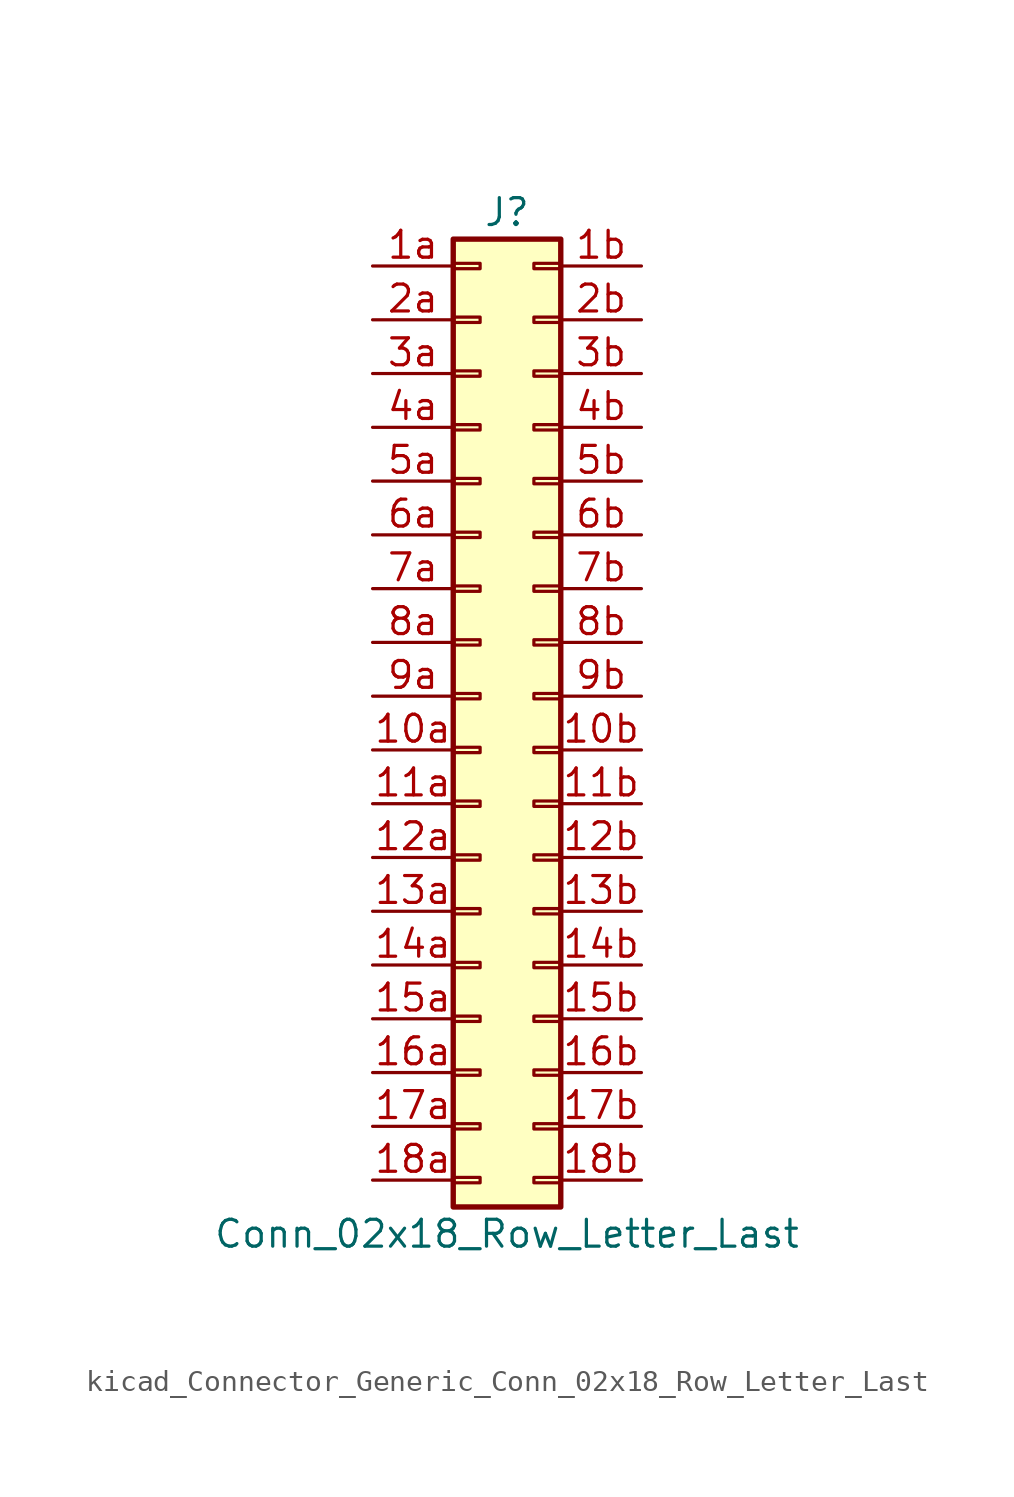
<source format=kicad_sym>
(kicad_symbol_lib
  (version 20220914)
  (generator kicad_symbol_editor)
  (symbol "kicad_Connector_Generic_Conn_02x18_Row_Letter_Last"
    (pin_names
      (offset 1.016) hide)
    (property "Reference" "J"
      (at 1.27 22.86 0)
      (effects (font (size 1.27 1.27))))
    (property "Value" "Conn_02x18_Row_Letter_Last"
      (at 1.27 -25.4 0)
      (effects (font (size 1.27 1.27))))
    (symbol "kicad_Connector_Generic_Conn_02x18_Row_Letter_Last_1_1"
      (rectangle (start -1.27 -22.733) (end 0 -22.987) (stroke (width 0.152) (type default)) (fill (type none)))
      (rectangle (start -1.27 -20.193) (end 0 -20.447) (stroke (width 0.152) (type default)) (fill (type none)))
      (rectangle (start -1.27 -17.653) (end 0 -17.907) (stroke (width 0.152) (type default)) (fill (type none)))
      (rectangle (start -1.27 -15.113) (end 0 -15.367) (stroke (width 0.152) (type default)) (fill (type none)))
      (rectangle (start -1.27 -12.573) (end 0 -12.827) (stroke (width 0.152) (type default)) (fill (type none)))
      (rectangle (start -1.27 -10.033) (end 0 -10.287) (stroke (width 0.152) (type default)) (fill (type none)))
      (rectangle (start -1.27 -7.493) (end 0 -7.747) (stroke (width 0.152) (type default)) (fill (type none)))
      (rectangle (start -1.27 -4.953) (end 0 -5.207) (stroke (width 0.152) (type default)) (fill (type none)))
      (rectangle (start -1.27 -2.413) (end 0 -2.667) (stroke (width 0.152) (type default)) (fill (type none)))
      (rectangle (start -1.27 0.127) (end 0 -0.127) (stroke (width 0.152) (type default)) (fill (type none)))
      (rectangle (start -1.27 2.667) (end 0 2.413) (stroke (width 0.152) (type default)) (fill (type none)))
      (rectangle (start -1.27 5.207) (end 0 4.953) (stroke (width 0.152) (type default)) (fill (type none)))
      (rectangle (start -1.27 7.747) (end 0 7.493) (stroke (width 0.152) (type default)) (fill (type none)))
      (rectangle (start -1.27 10.287) (end 0 10.033) (stroke (width 0.152) (type default)) (fill (type none)))
      (rectangle (start -1.27 12.827) (end 0 12.573) (stroke (width 0.152) (type default)) (fill (type none)))
      (rectangle (start -1.27 15.367) (end 0 15.113) (stroke (width 0.152) (type default)) (fill (type none)))
      (rectangle (start -1.27 17.907) (end 0 17.653) (stroke (width 0.152) (type default)) (fill (type none)))
      (rectangle (start -1.27 20.447) (end 0 20.193) (stroke (width 0.152) (type default)) (fill (type none)))
      (rectangle (start -1.27 21.59) (end 3.81 -24.13) (stroke (width 0.254) (type default)) (fill (type background)))
      (rectangle (start 3.81 -22.733) (end 2.54 -22.987) (stroke (width 0.152) (type default)) (fill (type none)))
      (rectangle (start 3.81 -20.193) (end 2.54 -20.447) (stroke (width 0.152) (type default)) (fill (type none)))
      (rectangle (start 3.81 -17.653) (end 2.54 -17.907) (stroke (width 0.152) (type default)) (fill (type none)))
      (rectangle (start 3.81 -15.113) (end 2.54 -15.367) (stroke (width 0.152) (type default)) (fill (type none)))
      (rectangle (start 3.81 -12.573) (end 2.54 -12.827) (stroke (width 0.152) (type default)) (fill (type none)))
      (rectangle (start 3.81 -10.033) (end 2.54 -10.287) (stroke (width 0.152) (type default)) (fill (type none)))
      (rectangle (start 3.81 -7.493) (end 2.54 -7.747) (stroke (width 0.152) (type default)) (fill (type none)))
      (rectangle (start 3.81 -4.953) (end 2.54 -5.207) (stroke (width 0.152) (type default)) (fill (type none)))
      (rectangle (start 3.81 -2.413) (end 2.54 -2.667) (stroke (width 0.152) (type default)) (fill (type none)))
      (rectangle (start 3.81 0.127) (end 2.54 -0.127) (stroke (width 0.152) (type default)) (fill (type none)))
      (rectangle (start 3.81 2.667) (end 2.54 2.413) (stroke (width 0.152) (type default)) (fill (type none)))
      (rectangle (start 3.81 5.207) (end 2.54 4.953) (stroke (width 0.152) (type default)) (fill (type none)))
      (rectangle (start 3.81 7.747) (end 2.54 7.493) (stroke (width 0.152) (type default)) (fill (type none)))
      (rectangle (start 3.81 10.287) (end 2.54 10.033) (stroke (width 0.152) (type default)) (fill (type none)))
      (rectangle (start 3.81 12.827) (end 2.54 12.573) (stroke (width 0.152) (type default)) (fill (type none)))
      (rectangle (start 3.81 15.367) (end 2.54 15.113) (stroke (width 0.152) (type default)) (fill (type none)))
      (rectangle (start 3.81 17.907) (end 2.54 17.653) (stroke (width 0.152) (type default)) (fill (type none)))
      (rectangle (start 3.81 20.447) (end 2.54 20.193) (stroke (width 0.152) (type default)) (fill (type none)))
      (pin passive line (at -5.08 -2.54 0) (length 3.81) (name "Pin_10a" (effects (font (size 1.27 1.27)))) (number "10a" (effects (font (size 1.27 1.27)))))
      (pin passive line (at 7.62 -2.54 180) (length 3.81) (name "Pin_10b" (effects (font (size 1.27 1.27)))) (number "10b" (effects (font (size 1.27 1.27)))))
      (pin passive line (at -5.08 -5.08 0) (length 3.81) (name "Pin_11a" (effects (font (size 1.27 1.27)))) (number "11a" (effects (font (size 1.27 1.27)))))
      (pin passive line (at 7.62 -5.08 180) (length 3.81) (name "Pin_11b" (effects (font (size 1.27 1.27)))) (number "11b" (effects (font (size 1.27 1.27)))))
      (pin passive line (at -5.08 -7.62 0) (length 3.81) (name "Pin_12a" (effects (font (size 1.27 1.27)))) (number "12a" (effects (font (size 1.27 1.27)))))
      (pin passive line (at 7.62 -7.62 180) (length 3.81) (name "Pin_12b" (effects (font (size 1.27 1.27)))) (number "12b" (effects (font (size 1.27 1.27)))))
      (pin passive line (at -5.08 -10.16 0) (length 3.81) (name "Pin_13a" (effects (font (size 1.27 1.27)))) (number "13a" (effects (font (size 1.27 1.27)))))
      (pin passive line (at 7.62 -10.16 180) (length 3.81) (name "Pin_13b" (effects (font (size 1.27 1.27)))) (number "13b" (effects (font (size 1.27 1.27)))))
      (pin passive line (at -5.08 -12.7 0) (length 3.81) (name "Pin_14a" (effects (font (size 1.27 1.27)))) (number "14a" (effects (font (size 1.27 1.27)))))
      (pin passive line (at 7.62 -12.7 180) (length 3.81) (name "Pin_14b" (effects (font (size 1.27 1.27)))) (number "14b" (effects (font (size 1.27 1.27)))))
      (pin passive line (at -5.08 -15.24 0) (length 3.81) (name "Pin_15a" (effects (font (size 1.27 1.27)))) (number "15a" (effects (font (size 1.27 1.27)))))
      (pin passive line (at 7.62 -15.24 180) (length 3.81) (name "Pin_15b" (effects (font (size 1.27 1.27)))) (number "15b" (effects (font (size 1.27 1.27)))))
      (pin passive line (at -5.08 -17.78 0) (length 3.81) (name "Pin_16a" (effects (font (size 1.27 1.27)))) (number "16a" (effects (font (size 1.27 1.27)))))
      (pin passive line (at 7.62 -17.78 180) (length 3.81) (name "Pin_16b" (effects (font (size 1.27 1.27)))) (number "16b" (effects (font (size 1.27 1.27)))))
      (pin passive line (at -5.08 -20.32 0) (length 3.81) (name "Pin_17a" (effects (font (size 1.27 1.27)))) (number "17a" (effects (font (size 1.27 1.27)))))
      (pin passive line (at 7.62 -20.32 180) (length 3.81) (name "Pin_17b" (effects (font (size 1.27 1.27)))) (number "17b" (effects (font (size 1.27 1.27)))))
      (pin passive line (at -5.08 -22.86 0) (length 3.81) (name "Pin_18a" (effects (font (size 1.27 1.27)))) (number "18a" (effects (font (size 1.27 1.27)))))
      (pin passive line (at 7.62 -22.86 180) (length 3.81) (name "Pin_18b" (effects (font (size 1.27 1.27)))) (number "18b" (effects (font (size 1.27 1.27)))))
      (pin passive line (at -5.08 20.32 0) (length 3.81) (name "Pin_1a" (effects (font (size 1.27 1.27)))) (number "1a" (effects (font (size 1.27 1.27)))))
      (pin passive line (at 7.62 20.32 180) (length 3.81) (name "Pin_1b" (effects (font (size 1.27 1.27)))) (number "1b" (effects (font (size 1.27 1.27)))))
      (pin passive line (at -5.08 17.78 0) (length 3.81) (name "Pin_2a" (effects (font (size 1.27 1.27)))) (number "2a" (effects (font (size 1.27 1.27)))))
      (pin passive line (at 7.62 17.78 180) (length 3.81) (name "Pin_2b" (effects (font (size 1.27 1.27)))) (number "2b" (effects (font (size 1.27 1.27)))))
      (pin passive line (at -5.08 15.24 0) (length 3.81) (name "Pin_3a" (effects (font (size 1.27 1.27)))) (number "3a" (effects (font (size 1.27 1.27)))))
      (pin passive line (at 7.62 15.24 180) (length 3.81) (name "Pin_3b" (effects (font (size 1.27 1.27)))) (number "3b" (effects (font (size 1.27 1.27)))))
      (pin passive line (at -5.08 12.7 0) (length 3.81) (name "Pin_4a" (effects (font (size 1.27 1.27)))) (number "4a" (effects (font (size 1.27 1.27)))))
      (pin passive line (at 7.62 12.7 180) (length 3.81) (name "Pin_4b" (effects (font (size 1.27 1.27)))) (number "4b" (effects (font (size 1.27 1.27)))))
      (pin passive line (at -5.08 10.16 0) (length 3.81) (name "Pin_5a" (effects (font (size 1.27 1.27)))) (number "5a" (effects (font (size 1.27 1.27)))))
      (pin passive line (at 7.62 10.16 180) (length 3.81) (name "Pin_5b" (effects (font (size 1.27 1.27)))) (number "5b" (effects (font (size 1.27 1.27)))))
      (pin passive line (at -5.08 7.62 0) (length 3.81) (name "Pin_6a" (effects (font (size 1.27 1.27)))) (number "6a" (effects (font (size 1.27 1.27)))))
      (pin passive line (at 7.62 7.62 180) (length 3.81) (name "Pin_6b" (effects (font (size 1.27 1.27)))) (number "6b" (effects (font (size 1.27 1.27)))))
      (pin passive line (at -5.08 5.08 0) (length 3.81) (name "Pin_7a" (effects (font (size 1.27 1.27)))) (number "7a" (effects (font (size 1.27 1.27)))))
      (pin passive line (at 7.62 5.08 180) (length 3.81) (name "Pin_7b" (effects (font (size 1.27 1.27)))) (number "7b" (effects (font (size 1.27 1.27)))))
      (pin passive line (at -5.08 2.54 0) (length 3.81) (name "Pin_8a" (effects (font (size 1.27 1.27)))) (number "8a" (effects (font (size 1.27 1.27)))))
      (pin passive line (at 7.62 2.54 180) (length 3.81) (name "Pin_8b" (effects (font (size 1.27 1.27)))) (number "8b" (effects (font (size 1.27 1.27)))))
      (pin passive line (at -5.08 0 0) (length 3.81) (name "Pin_9a" (effects (font (size 1.27 1.27)))) (number "9a" (effects (font (size 1.27 1.27)))))
      (pin passive line (at 7.62 0 180) (length 3.81) (name "Pin_9b" (effects (font (size 1.27 1.27)))) (number "9b" (effects (font (size 1.27 1.27))))))))
</source>
